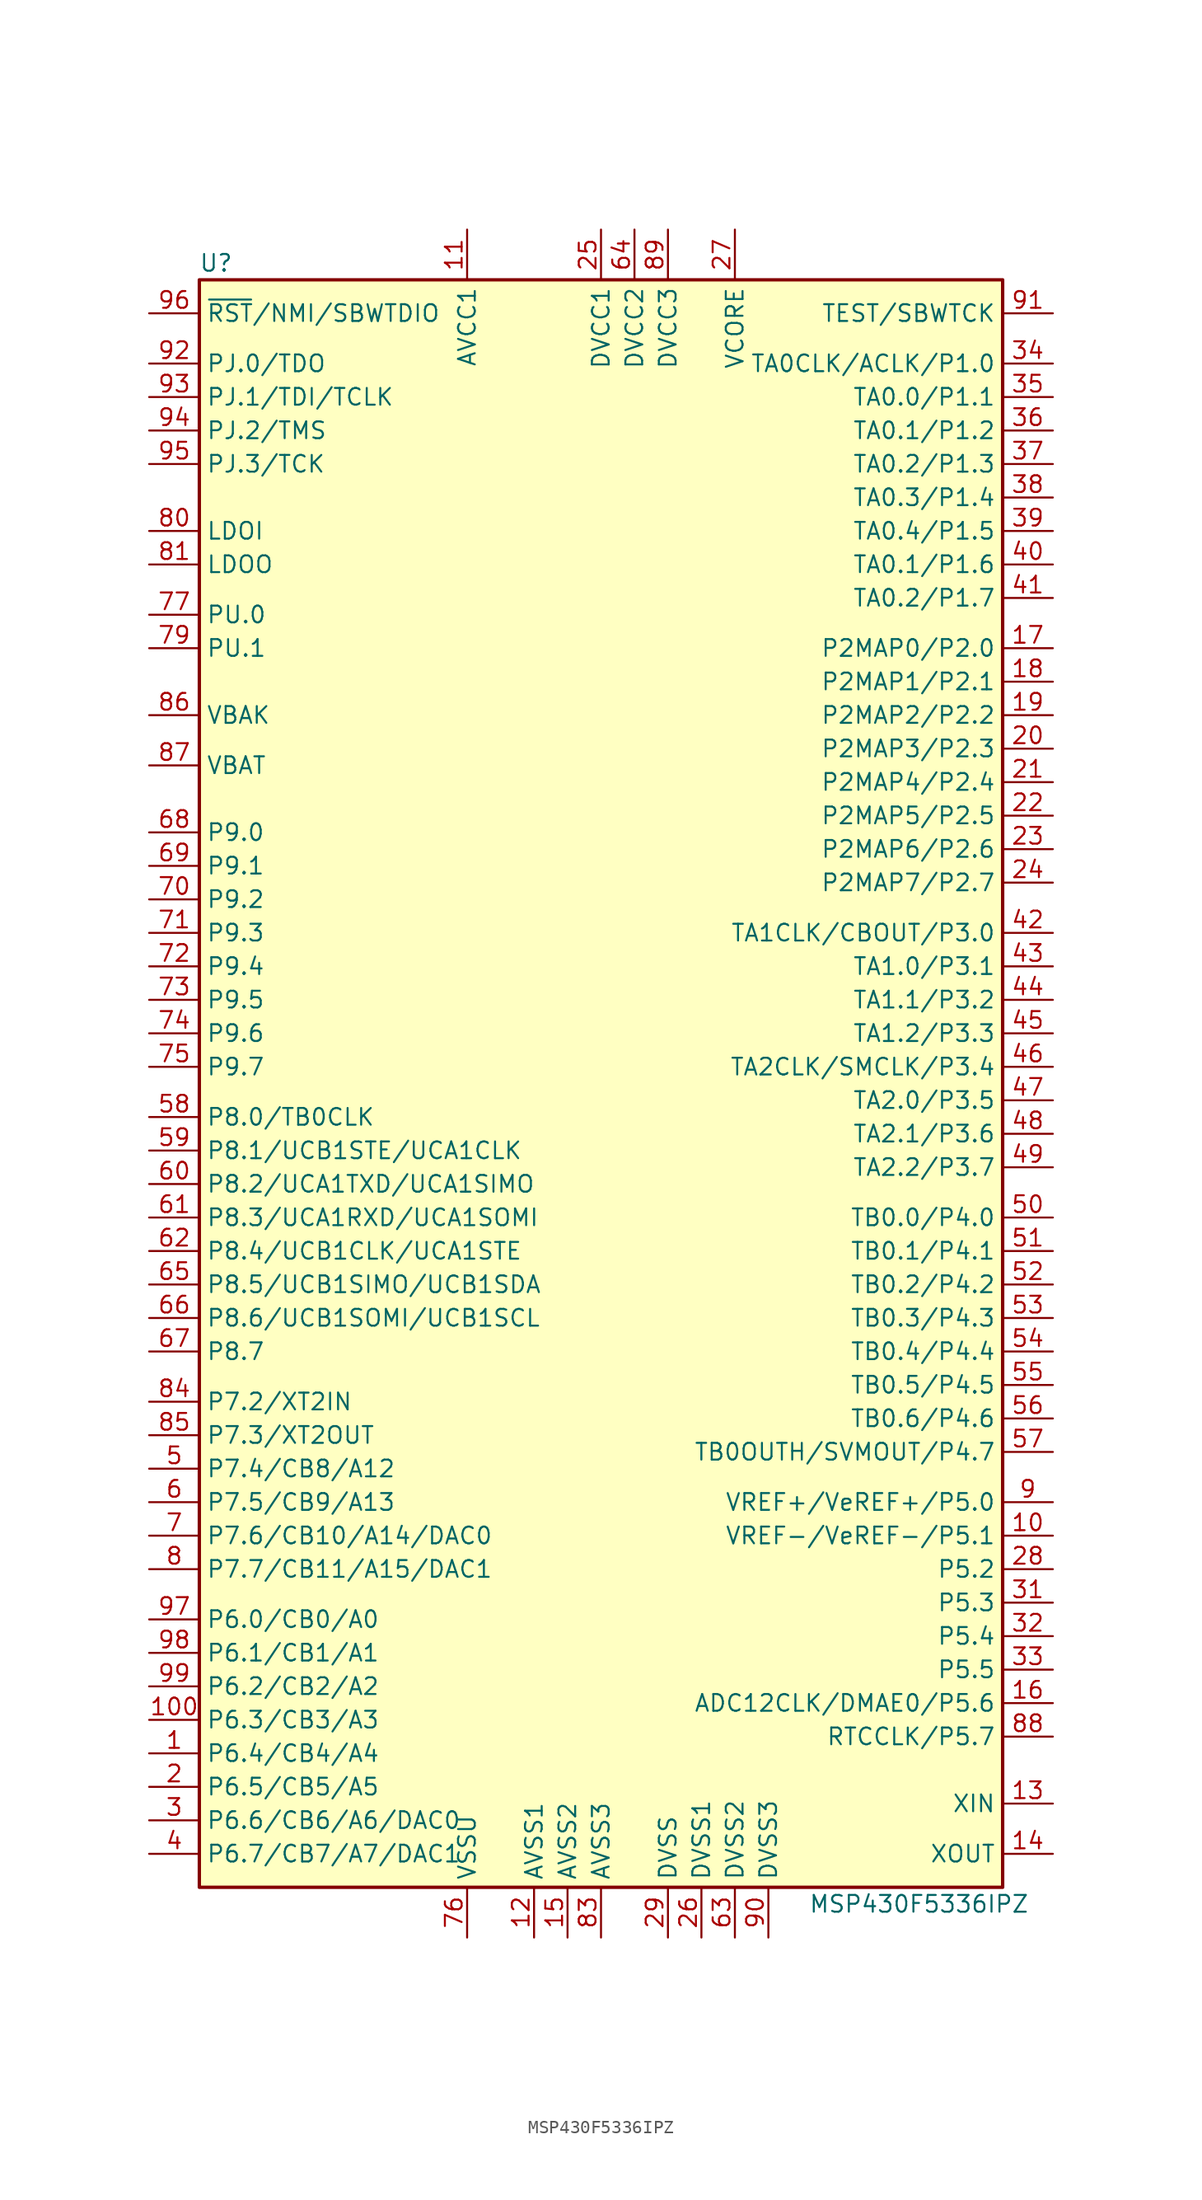
<source format=kicad_sym>
(kicad_symbol_lib
  (version 20211014)
  (generator kicad_symbol_editor)
  (symbol "MSP430F5336IPZ"
    (property "Reference" "U"
      (at -29.21 60.96 0)
      (effects (font (size 1.27 1.27))))
    (property "Value" "MSP430F5336IPZ"
      (at 24.13 -63.5 0)
      (effects (font (size 1.27 1.27))))
    (symbol "MSP430F5336IPZ_0_1"
      (rectangle (start -30.48 59.69) (end 30.48 -62.23) (stroke (width 0.254) (type default) (color 0 0 0 0)) (fill (type background))))
    (symbol "MSP430F5336IPZ_1_1"
      (pin bidirectional line (at -34.29 -52.07 0) (length 3.81) (name "P6.4/CB4/A4" (effects (font (size 1.27 1.27)))) (number "1" (effects (font (size 1.27 1.27)))))
      (pin bidirectional line (at 34.29 -35.56 180) (length 3.81) (name "VREF-/VeREF-/P5.1" (effects (font (size 1.27 1.27)))) (number "10" (effects (font (size 1.27 1.27)))))
      (pin bidirectional line (at -34.29 -49.53 0) (length 3.81) (name "P6.3/CB3/A3" (effects (font (size 1.27 1.27)))) (number "100" (effects (font (size 1.27 1.27)))))
      (pin power_in line (at -10.16 63.5 270) (length 3.81) (name "AVCC1" (effects (font (size 1.27 1.27)))) (number "11" (effects (font (size 1.27 1.27)))))
      (pin power_in line (at -5.08 -66.04 90) (length 3.81) (name "AVSS1" (effects (font (size 1.27 1.27)))) (number "12" (effects (font (size 1.27 1.27)))))
      (pin bidirectional line (at 34.29 -55.88 180) (length 3.81) (name "XIN" (effects (font (size 1.27 1.27)))) (number "13" (effects (font (size 1.27 1.27)))))
      (pin bidirectional line (at 34.29 -59.69 180) (length 3.81) (name "XOUT" (effects (font (size 1.27 1.27)))) (number "14" (effects (font (size 1.27 1.27)))))
      (pin power_in line (at -2.54 -66.04 90) (length 3.81) (name "AVSS2" (effects (font (size 1.27 1.27)))) (number "15" (effects (font (size 1.27 1.27)))))
      (pin bidirectional line (at 34.29 -48.26 180) (length 3.81) (name "ADC12CLK/DMAE0/P5.6" (effects (font (size 1.27 1.27)))) (number "16" (effects (font (size 1.27 1.27)))))
      (pin bidirectional line (at 34.29 31.75 180) (length 3.81) (name "P2MAP0/P2.0" (effects (font (size 1.27 1.27)))) (number "17" (effects (font (size 1.27 1.27)))))
      (pin bidirectional line (at 34.29 29.21 180) (length 3.81) (name "P2MAP1/P2.1" (effects (font (size 1.27 1.27)))) (number "18" (effects (font (size 1.27 1.27)))))
      (pin bidirectional line (at 34.29 26.67 180) (length 3.81) (name "P2MAP2/P2.2" (effects (font (size 1.27 1.27)))) (number "19" (effects (font (size 1.27 1.27)))))
      (pin bidirectional line (at -34.29 -54.61 0) (length 3.81) (name "P6.5/CB5/A5" (effects (font (size 1.27 1.27)))) (number "2" (effects (font (size 1.27 1.27)))))
      (pin bidirectional line (at 34.29 24.13 180) (length 3.81) (name "P2MAP3/P2.3" (effects (font (size 1.27 1.27)))) (number "20" (effects (font (size 1.27 1.27)))))
      (pin bidirectional line (at 34.29 21.59 180) (length 3.81) (name "P2MAP4/P2.4" (effects (font (size 1.27 1.27)))) (number "21" (effects (font (size 1.27 1.27)))))
      (pin bidirectional line (at 34.29 19.05 180) (length 3.81) (name "P2MAP5/P2.5" (effects (font (size 1.27 1.27)))) (number "22" (effects (font (size 1.27 1.27)))))
      (pin bidirectional line (at 34.29 16.51 180) (length 3.81) (name "P2MAP6/P2.6" (effects (font (size 1.27 1.27)))) (number "23" (effects (font (size 1.27 1.27)))))
      (pin bidirectional line (at 34.29 13.97 180) (length 3.81) (name "P2MAP7/P2.7" (effects (font (size 1.27 1.27)))) (number "24" (effects (font (size 1.27 1.27)))))
      (pin power_in line (at 0 63.5 270) (length 3.81) (name "DVCC1" (effects (font (size 1.27 1.27)))) (number "25" (effects (font (size 1.27 1.27)))))
      (pin power_in line (at 7.62 -66.04 90) (length 3.81) (name "DVSS1" (effects (font (size 1.27 1.27)))) (number "26" (effects (font (size 1.27 1.27)))))
      (pin bidirectional line (at 10.16 63.5 270) (length 3.81) (name "VCORE" (effects (font (size 1.27 1.27)))) (number "27" (effects (font (size 1.27 1.27)))))
      (pin bidirectional line (at 34.29 -38.1 180) (length 3.81) (name "P5.2" (effects (font (size 1.27 1.27)))) (number "28" (effects (font (size 1.27 1.27)))))
      (pin power_in line (at 5.08 -66.04 90) (length 3.81) (name "DVSS" (effects (font (size 1.27 1.27)))) (number "29" (effects (font (size 1.27 1.27)))))
      (pin bidirectional line (at -34.29 -57.15 0) (length 3.81) (name "P6.6/CB6/A6/DAC0" (effects (font (size 1.27 1.27)))) (number "3" (effects (font (size 1.27 1.27)))))
      (pin bidirectional line (at 34.29 -40.64 180) (length 3.81) (name "P5.3" (effects (font (size 1.27 1.27)))) (number "31" (effects (font (size 1.27 1.27)))))
      (pin bidirectional line (at 34.29 -43.18 180) (length 3.81) (name "P5.4" (effects (font (size 1.27 1.27)))) (number "32" (effects (font (size 1.27 1.27)))))
      (pin bidirectional line (at 34.29 -45.72 180) (length 3.81) (name "P5.5" (effects (font (size 1.27 1.27)))) (number "33" (effects (font (size 1.27 1.27)))))
      (pin bidirectional line (at 34.29 53.34 180) (length 3.81) (name "TA0CLK/ACLK/P1.0" (effects (font (size 1.27 1.27)))) (number "34" (effects (font (size 1.27 1.27)))))
      (pin bidirectional line (at 34.29 50.8 180) (length 3.81) (name "TA0.0/P1.1" (effects (font (size 1.27 1.27)))) (number "35" (effects (font (size 1.27 1.27)))))
      (pin bidirectional line (at 34.29 48.26 180) (length 3.81) (name "TA0.1/P1.2" (effects (font (size 1.27 1.27)))) (number "36" (effects (font (size 1.27 1.27)))))
      (pin bidirectional line (at 34.29 45.72 180) (length 3.81) (name "TA0.2/P1.3" (effects (font (size 1.27 1.27)))) (number "37" (effects (font (size 1.27 1.27)))))
      (pin bidirectional line (at 34.29 43.18 180) (length 3.81) (name "TA0.3/P1.4" (effects (font (size 1.27 1.27)))) (number "38" (effects (font (size 1.27 1.27)))))
      (pin bidirectional line (at 34.29 40.64 180) (length 3.81) (name "TA0.4/P1.5" (effects (font (size 1.27 1.27)))) (number "39" (effects (font (size 1.27 1.27)))))
      (pin bidirectional line (at -34.29 -59.69 0) (length 3.81) (name "P6.7/CB7/A7/DAC1" (effects (font (size 1.27 1.27)))) (number "4" (effects (font (size 1.27 1.27)))))
      (pin bidirectional line (at 34.29 38.1 180) (length 3.81) (name "TA0.1/P1.6" (effects (font (size 1.27 1.27)))) (number "40" (effects (font (size 1.27 1.27)))))
      (pin bidirectional line (at 34.29 35.56 180) (length 3.81) (name "TA0.2/P1.7" (effects (font (size 1.27 1.27)))) (number "41" (effects (font (size 1.27 1.27)))))
      (pin bidirectional line (at 34.29 10.16 180) (length 3.81) (name "TA1CLK/CBOUT/P3.0" (effects (font (size 1.27 1.27)))) (number "42" (effects (font (size 1.27 1.27)))))
      (pin bidirectional line (at 34.29 7.62 180) (length 3.81) (name "TA1.0/P3.1" (effects (font (size 1.27 1.27)))) (number "43" (effects (font (size 1.27 1.27)))))
      (pin bidirectional line (at 34.29 5.08 180) (length 3.81) (name "TA1.1/P3.2" (effects (font (size 1.27 1.27)))) (number "44" (effects (font (size 1.27 1.27)))))
      (pin bidirectional line (at 34.29 2.54 180) (length 3.81) (name "TA1.2/P3.3" (effects (font (size 1.27 1.27)))) (number "45" (effects (font (size 1.27 1.27)))))
      (pin bidirectional line (at 34.29 0 180) (length 3.81) (name "TA2CLK/SMCLK/P3.4" (effects (font (size 1.27 1.27)))) (number "46" (effects (font (size 1.27 1.27)))))
      (pin bidirectional line (at 34.29 -2.54 180) (length 3.81) (name "TA2.0/P3.5" (effects (font (size 1.27 1.27)))) (number "47" (effects (font (size 1.27 1.27)))))
      (pin bidirectional line (at 34.29 -5.08 180) (length 3.81) (name "TA2.1/P3.6" (effects (font (size 1.27 1.27)))) (number "48" (effects (font (size 1.27 1.27)))))
      (pin bidirectional line (at 34.29 -7.62 180) (length 3.81) (name "TA2.2/P3.7" (effects (font (size 1.27 1.27)))) (number "49" (effects (font (size 1.27 1.27)))))
      (pin bidirectional line (at -34.29 -30.48 0) (length 3.81) (name "P7.4/CB8/A12" (effects (font (size 1.27 1.27)))) (number "5" (effects (font (size 1.27 1.27)))))
      (pin bidirectional line (at 34.29 -11.43 180) (length 3.81) (name "TB0.0/P4.0" (effects (font (size 1.27 1.27)))) (number "50" (effects (font (size 1.27 1.27)))))
      (pin bidirectional line (at 34.29 -13.97 180) (length 3.81) (name "TB0.1/P4.1" (effects (font (size 1.27 1.27)))) (number "51" (effects (font (size 1.27 1.27)))))
      (pin bidirectional line (at 34.29 -16.51 180) (length 3.81) (name "TB0.2/P4.2" (effects (font (size 1.27 1.27)))) (number "52" (effects (font (size 1.27 1.27)))))
      (pin bidirectional line (at 34.29 -19.05 180) (length 3.81) (name "TB0.3/P4.3" (effects (font (size 1.27 1.27)))) (number "53" (effects (font (size 1.27 1.27)))))
      (pin bidirectional line (at 34.29 -21.59 180) (length 3.81) (name "TB0.4/P4.4" (effects (font (size 1.27 1.27)))) (number "54" (effects (font (size 1.27 1.27)))))
      (pin bidirectional line (at 34.29 -24.13 180) (length 3.81) (name "TB0.5/P4.5" (effects (font (size 1.27 1.27)))) (number "55" (effects (font (size 1.27 1.27)))))
      (pin bidirectional line (at 34.29 -26.67 180) (length 3.81) (name "TB0.6/P4.6" (effects (font (size 1.27 1.27)))) (number "56" (effects (font (size 1.27 1.27)))))
      (pin bidirectional line (at 34.29 -29.21 180) (length 3.81) (name "TB0OUTH/SVMOUT/P4.7" (effects (font (size 1.27 1.27)))) (number "57" (effects (font (size 1.27 1.27)))))
      (pin bidirectional line (at -34.29 -3.81 0) (length 3.81) (name "P8.0/TB0CLK" (effects (font (size 1.27 1.27)))) (number "58" (effects (font (size 1.27 1.27)))))
      (pin bidirectional line (at -34.29 -6.35 0) (length 3.81) (name "P8.1/UCB1STE/UCA1CLK" (effects (font (size 1.27 1.27)))) (number "59" (effects (font (size 1.27 1.27)))))
      (pin bidirectional line (at -34.29 -33.02 0) (length 3.81) (name "P7.5/CB9/A13" (effects (font (size 1.27 1.27)))) (number "6" (effects (font (size 1.27 1.27)))))
      (pin bidirectional line (at -34.29 -8.89 0) (length 3.81) (name "P8.2/UCA1TXD/UCA1SIMO" (effects (font (size 1.27 1.27)))) (number "60" (effects (font (size 1.27 1.27)))))
      (pin bidirectional line (at -34.29 -11.43 0) (length 3.81) (name "P8.3/UCA1RXD/UCA1SOMI" (effects (font (size 1.27 1.27)))) (number "61" (effects (font (size 1.27 1.27)))))
      (pin bidirectional line (at -34.29 -13.97 0) (length 3.81) (name "P8.4/UCB1CLK/UCA1STE" (effects (font (size 1.27 1.27)))) (number "62" (effects (font (size 1.27 1.27)))))
      (pin power_in line (at 10.16 -66.04 90) (length 3.81) (name "DVSS2" (effects (font (size 1.27 1.27)))) (number "63" (effects (font (size 1.27 1.27)))))
      (pin power_in line (at 2.54 63.5 270) (length 3.81) (name "DVCC2" (effects (font (size 1.27 1.27)))) (number "64" (effects (font (size 1.27 1.27)))))
      (pin bidirectional line (at -34.29 -16.51 0) (length 3.81) (name "P8.5/UCB1SIMO/UCB1SDA" (effects (font (size 1.27 1.27)))) (number "65" (effects (font (size 1.27 1.27)))))
      (pin bidirectional line (at -34.29 -19.05 0) (length 3.81) (name "P8.6/UCB1SOMI/UCB1SCL" (effects (font (size 1.27 1.27)))) (number "66" (effects (font (size 1.27 1.27)))))
      (pin bidirectional line (at -34.29 -21.59 0) (length 3.81) (name "P8.7" (effects (font (size 1.27 1.27)))) (number "67" (effects (font (size 1.27 1.27)))))
      (pin bidirectional line (at -34.29 17.78 0) (length 3.81) (name "P9.0" (effects (font (size 1.27 1.27)))) (number "68" (effects (font (size 1.27 1.27)))))
      (pin bidirectional line (at -34.29 15.24 0) (length 3.81) (name "P9.1" (effects (font (size 1.27 1.27)))) (number "69" (effects (font (size 1.27 1.27)))))
      (pin bidirectional line (at -34.29 -35.56 0) (length 3.81) (name "P7.6/CB10/A14/DAC0" (effects (font (size 1.27 1.27)))) (number "7" (effects (font (size 1.27 1.27)))))
      (pin bidirectional line (at -34.29 12.7 0) (length 3.81) (name "P9.2" (effects (font (size 1.27 1.27)))) (number "70" (effects (font (size 1.27 1.27)))))
      (pin bidirectional line (at -34.29 10.16 0) (length 3.81) (name "P9.3" (effects (font (size 1.27 1.27)))) (number "71" (effects (font (size 1.27 1.27)))))
      (pin bidirectional line (at -34.29 7.62 0) (length 3.81) (name "P9.4" (effects (font (size 1.27 1.27)))) (number "72" (effects (font (size 1.27 1.27)))))
      (pin bidirectional line (at -34.29 5.08 0) (length 3.81) (name "P9.5" (effects (font (size 1.27 1.27)))) (number "73" (effects (font (size 1.27 1.27)))))
      (pin bidirectional line (at -34.29 2.54 0) (length 3.81) (name "P9.6" (effects (font (size 1.27 1.27)))) (number "74" (effects (font (size 1.27 1.27)))))
      (pin bidirectional line (at -34.29 0 0) (length 3.81) (name "P9.7" (effects (font (size 1.27 1.27)))) (number "75" (effects (font (size 1.27 1.27)))))
      (pin power_in line (at -10.16 -66.04 90) (length 3.81) (name "VSSU" (effects (font (size 1.27 1.27)))) (number "76" (effects (font (size 1.27 1.27)))))
      (pin bidirectional line (at -34.29 34.29 0) (length 3.81) (name "PU.0" (effects (font (size 1.27 1.27)))) (number "77" (effects (font (size 1.27 1.27)))))
      (pin bidirectional line (at -34.29 31.75 0) (length 3.81) (name "PU.1" (effects (font (size 1.27 1.27)))) (number "79" (effects (font (size 1.27 1.27)))))
      (pin bidirectional line (at -34.29 -38.1 0) (length 3.81) (name "P7.7/CB11/A15/DAC1" (effects (font (size 1.27 1.27)))) (number "8" (effects (font (size 1.27 1.27)))))
      (pin bidirectional line (at -34.29 40.64 0) (length 3.81) (name "LDOI" (effects (font (size 1.27 1.27)))) (number "80" (effects (font (size 1.27 1.27)))))
      (pin bidirectional line (at -34.29 38.1 0) (length 3.81) (name "LDOO" (effects (font (size 1.27 1.27)))) (number "81" (effects (font (size 1.27 1.27)))))
      (pin power_in line (at 0 -66.04 90) (length 3.81) (name "AVSS3" (effects (font (size 1.27 1.27)))) (number "83" (effects (font (size 1.27 1.27)))))
      (pin bidirectional line (at -34.29 -25.4 0) (length 3.81) (name "P7.2/XT2IN" (effects (font (size 1.27 1.27)))) (number "84" (effects (font (size 1.27 1.27)))))
      (pin bidirectional line (at -34.29 -27.94 0) (length 3.81) (name "P7.3/XT2OUT" (effects (font (size 1.27 1.27)))) (number "85" (effects (font (size 1.27 1.27)))))
      (pin bidirectional line (at -34.29 26.67 0) (length 3.81) (name "VBAK" (effects (font (size 1.27 1.27)))) (number "86" (effects (font (size 1.27 1.27)))))
      (pin bidirectional line (at -34.29 22.86 0) (length 3.81) (name "VBAT" (effects (font (size 1.27 1.27)))) (number "87" (effects (font (size 1.27 1.27)))))
      (pin bidirectional line (at 34.29 -50.8 180) (length 3.81) (name "RTCCLK/P5.7" (effects (font (size 1.27 1.27)))) (number "88" (effects (font (size 1.27 1.27)))))
      (pin power_in line (at 5.08 63.5 270) (length 3.81) (name "DVCC3" (effects (font (size 1.27 1.27)))) (number "89" (effects (font (size 1.27 1.27)))))
      (pin bidirectional line (at 34.29 -33.02 180) (length 3.81) (name "VREF+/VeREF+/P5.0" (effects (font (size 1.27 1.27)))) (number "9" (effects (font (size 1.27 1.27)))))
      (pin power_in line (at 12.7 -66.04 90) (length 3.81) (name "DVSS3" (effects (font (size 1.27 1.27)))) (number "90" (effects (font (size 1.27 1.27)))))
      (pin input line (at 34.29 57.15 180) (length 3.81) (name "TEST/SBWTCK" (effects (font (size 1.27 1.27)))) (number "91" (effects (font (size 1.27 1.27)))))
      (pin bidirectional line (at -34.29 53.34 0) (length 3.81) (name "PJ.0/TDO" (effects (font (size 1.27 1.27)))) (number "92" (effects (font (size 1.27 1.27)))))
      (pin bidirectional line (at -34.29 50.8 0) (length 3.81) (name "PJ.1/TDI/TCLK" (effects (font (size 1.27 1.27)))) (number "93" (effects (font (size 1.27 1.27)))))
      (pin bidirectional line (at -34.29 48.26 0) (length 3.81) (name "PJ.2/TMS" (effects (font (size 1.27 1.27)))) (number "94" (effects (font (size 1.27 1.27)))))
      (pin bidirectional line (at -34.29 45.72 0) (length 3.81) (name "PJ.3/TCK" (effects (font (size 1.27 1.27)))) (number "95" (effects (font (size 1.27 1.27)))))
      (pin input line (at -34.29 57.15 0) (length 3.81) (name "~{RST}/NMI/SBWTDIO" (effects (font (size 1.27 1.27)))) (number "96" (effects (font (size 1.27 1.27)))))
      (pin bidirectional line (at -34.29 -41.91 0) (length 3.81) (name "P6.0/CB0/A0" (effects (font (size 1.27 1.27)))) (number "97" (effects (font (size 1.27 1.27)))))
      (pin bidirectional line (at -34.29 -44.45 0) (length 3.81) (name "P6.1/CB1/A1" (effects (font (size 1.27 1.27)))) (number "98" (effects (font (size 1.27 1.27)))))
      (pin bidirectional line (at -34.29 -46.99 0) (length 3.81) (name "P6.2/CB2/A2" (effects (font (size 1.27 1.27)))) (number "99" (effects (font (size 1.27 1.27))))))))
</source>
